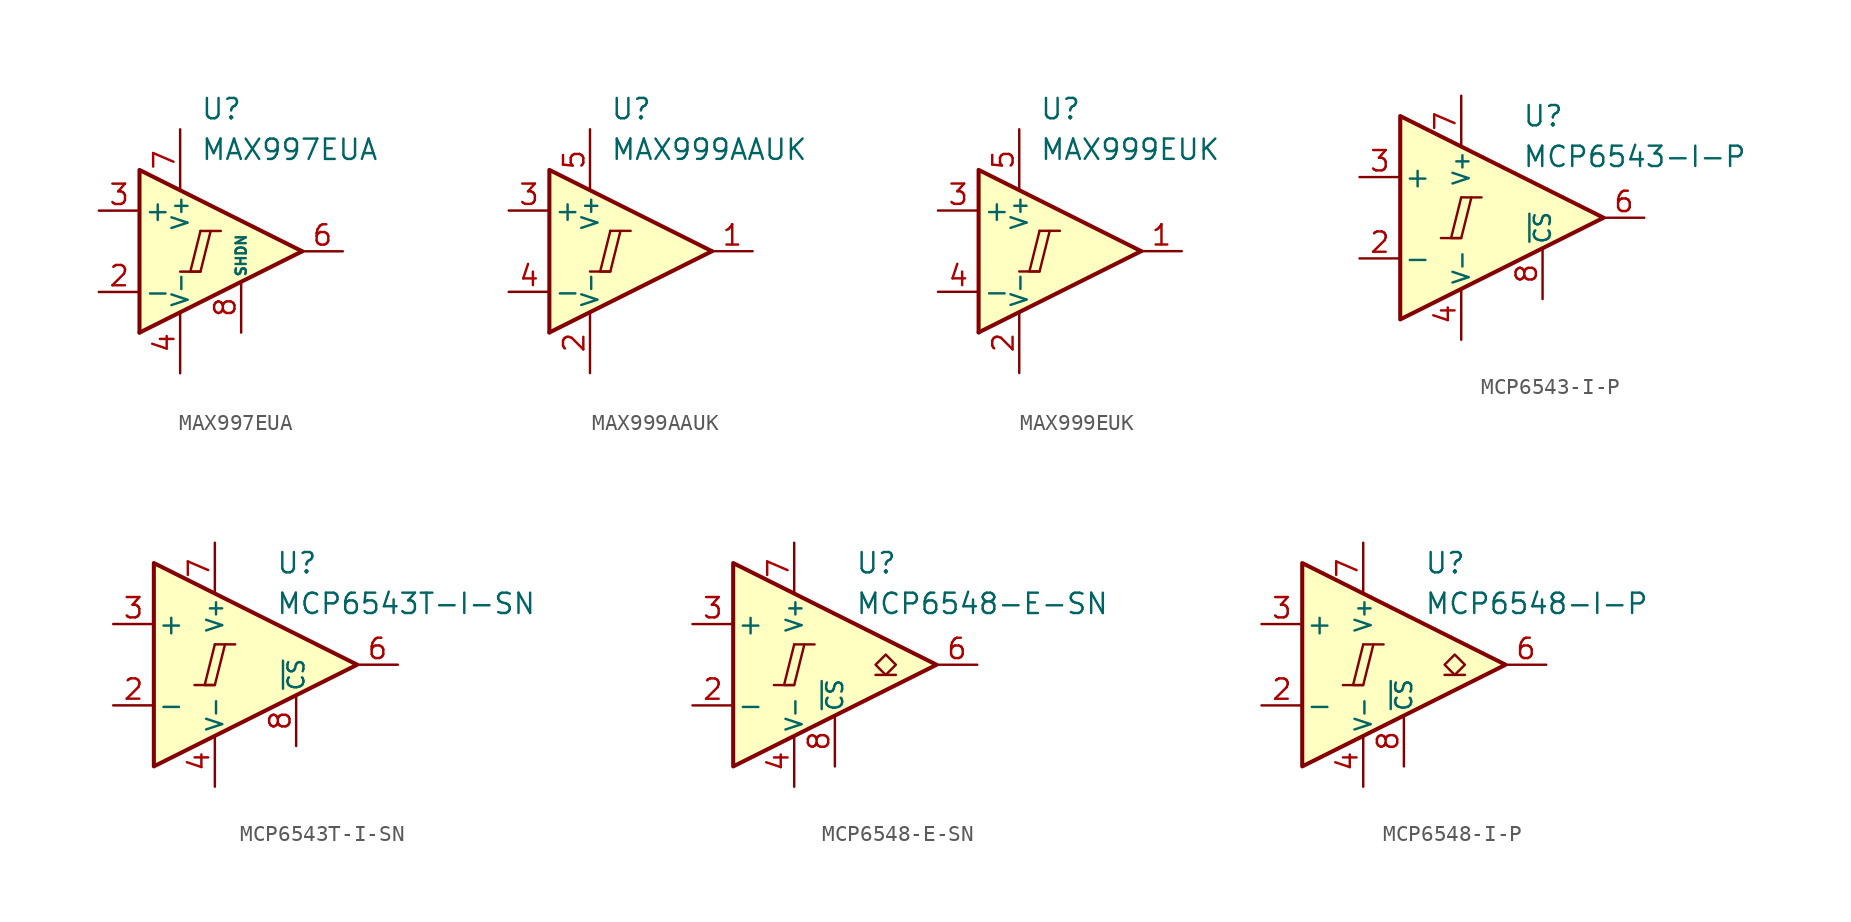
<source format=kicad_sym>
(kicad_symbol_lib
  (version 20231120)
  (generator "kicad_symbol_editor")
  (generator_version "8.0")
  (symbol "MAX997EUA"
    (pin_names
      (offset 0.254))
    (property "Reference" "U"
      (at 0 8.89 0)
      (effects (font (size 1.27 1.27)) (justify left)))
    (property "Value" "MAX997EUA"
      (at 0 6.35 0)
      (effects (font (size 1.27 1.27)) (justify left)))
    (symbol "MAX997EUA_0_0"
      (polyline (pts (xy -1.27 -1.27) (xy 0 -1.27)) (stroke (width 0.152) (type default)) (fill (type none)))
      (polyline (pts (xy 0 1.27) (xy 1.27 1.27)) (stroke (width 0.152) (type default)) (fill (type none)))
      (polyline (pts (xy 6.35 0) (xy -3.81 -5.08)) (stroke (width 0.254) (type default)) (fill (type none)))
      (polyline (pts (xy 6.35 0) (xy -3.81 5.08) (xy -3.81 -5.08)) (stroke (width 0.254) (type default)) (fill (type background)))
      (polyline (pts (xy 0 1.27) (xy -0.635 -1.27) (xy 0 -1.27) (xy 0.635 1.27)) (stroke (width 0.152) (type default)) (fill (type none))))
    (symbol "MAX997EUA_1_1"
      (pin free line (at -2.54 1.27 0) (length 2.54) hide (name "NC" (effects (font (size 1.27 1.27)))) (number "1" (effects (font (size 1.27 1.27)))))
      (pin input line (at -6.35 -2.54 0) (length 2.54) (name "-" (effects (font (size 1.27 1.27)))) (number "2" (effects (font (size 1.27 1.27)))))
      (pin input line (at -6.35 2.54 0) (length 2.54) (name "+" (effects (font (size 1.27 1.27)))) (number "3" (effects (font (size 1.27 1.27)))))
      (pin power_in line (at -1.27 -7.62 90) (length 3.81) (name "V-" (effects (font (size 1 1)))) (number "4" (effects (font (size 1.27 1.27)))))
      (pin free line (at -2.54 -1.27 0) (length 2.54) hide (name "NC" (effects (font (size 1.27 1.27)))) (number "5" (effects (font (size 1.27 1.27)))))
      (pin output line (at 8.89 0 180) (length 2.54) (name "~" (effects (font (size 1.27 1.27)))) (number "6" (effects (font (size 1.27 1.27)))))
      (pin power_in line (at -1.27 7.62 270) (length 3.81) (name "V+" (effects (font (size 1 1)))) (number "7" (effects (font (size 1.27 1.27)))))
      (pin input line (at 2.54 -5.08 90) (length 3.18) (name "SHDN" (effects (font (size 0.635 0.635)))) (number "8" (effects (font (size 1.27 1.27)))))))
  (symbol "MAX999AAUK"
    (pin_names
      (offset 0.254))
    (property "Reference" "U"
      (at 0 8.89 0)
      (effects (font (size 1.27 1.27)) (justify left)))
    (property "Value" "MAX999AAUK"
      (at 0 6.35 0)
      (effects (font (size 1.27 1.27)) (justify left)))
    (symbol "MAX999AAUK_0_0"
      (polyline (pts (xy -1.27 -1.27) (xy 0 -1.27)) (stroke (width 0.152) (type default)) (fill (type none)))
      (polyline (pts (xy 0 1.27) (xy 1.27 1.27)) (stroke (width 0.152) (type default)) (fill (type none)))
      (polyline (pts (xy 6.35 0) (xy -3.81 -5.08)) (stroke (width 0.254) (type default)) (fill (type none)))
      (polyline (pts (xy 6.35 0) (xy -3.81 5.08) (xy -3.81 -5.08)) (stroke (width 0.254) (type default)) (fill (type background)))
      (polyline (pts (xy 0 1.27) (xy -0.635 -1.27) (xy 0 -1.27) (xy 0.635 1.27)) (stroke (width 0.152) (type default)) (fill (type none))))
    (symbol "MAX999AAUK_1_1"
      (pin output line (at 8.89 0 180) (length 2.54) (name "~" (effects (font (size 1.27 1.27)))) (number "1" (effects (font (size 1.27 1.27)))))
      (pin power_in line (at -1.27 -7.62 90) (length 3.81) (name "V-" (effects (font (size 1 1)))) (number "2" (effects (font (size 1.27 1.27)))))
      (pin input line (at -6.35 2.54 0) (length 2.54) (name "+" (effects (font (size 1.27 1.27)))) (number "3" (effects (font (size 1.27 1.27)))))
      (pin input line (at -6.35 -2.54 0) (length 2.54) (name "-" (effects (font (size 1.27 1.27)))) (number "4" (effects (font (size 1.27 1.27)))))
      (pin power_in line (at -1.27 7.62 270) (length 3.81) (name "V+" (effects (font (size 1 1)))) (number "5" (effects (font (size 1.27 1.27)))))))
  (symbol "MAX999EUK"
    (pin_names
      (offset 0.254))
    (property "Reference" "U"
      (at 0 8.89 0)
      (effects (font (size 1.27 1.27)) (justify left)))
    (property "Value" "MAX999EUK"
      (at 0 6.35 0)
      (effects (font (size 1.27 1.27)) (justify left)))
    (symbol "MAX999EUK_0_0"
      (polyline (pts (xy -1.27 -1.27) (xy 0 -1.27)) (stroke (width 0.152) (type default)) (fill (type none)))
      (polyline (pts (xy 0 1.27) (xy 1.27 1.27)) (stroke (width 0.152) (type default)) (fill (type none)))
      (polyline (pts (xy 6.35 0) (xy -3.81 -5.08)) (stroke (width 0.254) (type default)) (fill (type none)))
      (polyline (pts (xy 6.35 0) (xy -3.81 5.08) (xy -3.81 -5.08)) (stroke (width 0.254) (type default)) (fill (type background)))
      (polyline (pts (xy 0 1.27) (xy -0.635 -1.27) (xy 0 -1.27) (xy 0.635 1.27)) (stroke (width 0.152) (type default)) (fill (type none))))
    (symbol "MAX999EUK_1_1"
      (pin output line (at 8.89 0 180) (length 2.54) (name "~" (effects (font (size 1.27 1.27)))) (number "1" (effects (font (size 1.27 1.27)))))
      (pin power_in line (at -1.27 -7.62 90) (length 3.81) (name "V-" (effects (font (size 1 1)))) (number "2" (effects (font (size 1.27 1.27)))))
      (pin input line (at -6.35 2.54 0) (length 2.54) (name "+" (effects (font (size 1.27 1.27)))) (number "3" (effects (font (size 1.27 1.27)))))
      (pin input line (at -6.35 -2.54 0) (length 2.54) (name "-" (effects (font (size 1.27 1.27)))) (number "4" (effects (font (size 1.27 1.27)))))
      (pin power_in line (at -1.27 7.62 270) (length 3.81) (name "V+" (effects (font (size 1 1)))) (number "5" (effects (font (size 1.27 1.27)))))))
  (symbol "MCP6543-I-P"
    (pin_names
      (offset 0.2))
    (property "Reference" "U"
      (at 1.27 6.35 0)
      (effects (font (size 1.27 1.27)) (justify left)))
    (property "Value" "MCP6543-I-P"
      (at 1.27 3.81 0)
      (effects (font (size 1.27 1.27)) (justify left)))
    (symbol "MCP6543-I-P_0_0"
      (polyline (pts (xy -3.81 -1.27) (xy -2.54 -1.27)) (stroke (width 0.152) (type default)) (fill (type none)))
      (polyline (pts (xy -2.54 1.27) (xy -1.27 1.27)) (stroke (width 0.152) (type default)) (fill (type none)))
      (polyline (pts (xy -2.54 1.27) (xy -3.175 -1.27) (xy -2.54 -1.27) (xy -1.905 1.27)) (stroke (width 0.152) (type default)) (fill (type none))))
    (symbol "MCP6543-I-P_0_1"
      (polyline (pts (xy -6.35 6.35) (xy -6.35 -6.35) (xy 6.35 0) (xy -6.35 6.35)) (stroke (width 0.254) (type default)) (fill (type background))))
    (symbol "MCP6543-I-P_1_1"
      (pin free line (at -3.81 2.54 270) (length 2.54) hide (name "NC" (effects (font (size 1.27 1.27)))) (number "1" (effects (font (size 1.27 1.27)))))
      (pin input line (at -8.89 -2.54 0) (length 2.54) (name "-" (effects (font (size 1.27 1.27)))) (number "2" (effects (font (size 1.27 1.27)))))
      (pin input line (at -8.89 2.54 0) (length 2.54) (name "+" (effects (font (size 1.27 1.27)))) (number "3" (effects (font (size 1.27 1.27)))))
      (pin power_in line (at -2.54 -7.62 90) (length 3.18) (name "V-" (effects (font (size 1 1)))) (number "4" (effects (font (size 1.27 1.27)))))
      (pin free line (at -3.81 -2.54 90) (length 2.54) hide (name "NC" (effects (font (size 1.27 1.27)))) (number "5" (effects (font (size 1.27 1.27)))))
      (pin output line (at 8.89 0 180) (length 2.54) (name "~" (effects (font (size 1.27 1.27)))) (number "6" (effects (font (size 1.27 1.27)))))
      (pin power_in line (at -2.54 7.62 270) (length 3.18) (name "V+" (effects (font (size 1 1)))) (number "7" (effects (font (size 1.27 1.27)))))
      (pin input line (at 2.54 -5.08 90) (length 3.18) (name "~{CS}" (effects (font (size 1 1)))) (number "8" (effects (font (size 1.27 1.27)))))))
  (symbol "MCP6543T-I-SN"
    (pin_names
      (offset 0.2))
    (property "Reference" "U"
      (at 1.27 6.35 0)
      (effects (font (size 1.27 1.27)) (justify left)))
    (property "Value" "MCP6543T-I-SN"
      (at 1.27 3.81 0)
      (effects (font (size 1.27 1.27)) (justify left)))
    (symbol "MCP6543T-I-SN_0_0"
      (polyline (pts (xy -3.81 -1.27) (xy -2.54 -1.27)) (stroke (width 0.152) (type default)) (fill (type none)))
      (polyline (pts (xy -2.54 1.27) (xy -1.27 1.27)) (stroke (width 0.152) (type default)) (fill (type none)))
      (polyline (pts (xy -2.54 1.27) (xy -3.175 -1.27) (xy -2.54 -1.27) (xy -1.905 1.27)) (stroke (width 0.152) (type default)) (fill (type none))))
    (symbol "MCP6543T-I-SN_0_1"
      (polyline (pts (xy -6.35 6.35) (xy -6.35 -6.35) (xy 6.35 0) (xy -6.35 6.35)) (stroke (width 0.254) (type default)) (fill (type background))))
    (symbol "MCP6543T-I-SN_1_1"
      (pin free line (at -3.81 2.54 270) (length 2.54) hide (name "NC" (effects (font (size 1.27 1.27)))) (number "1" (effects (font (size 1.27 1.27)))))
      (pin input line (at -8.89 -2.54 0) (length 2.54) (name "-" (effects (font (size 1.27 1.27)))) (number "2" (effects (font (size 1.27 1.27)))))
      (pin input line (at -8.89 2.54 0) (length 2.54) (name "+" (effects (font (size 1.27 1.27)))) (number "3" (effects (font (size 1.27 1.27)))))
      (pin power_in line (at -2.54 -7.62 90) (length 3.18) (name "V-" (effects (font (size 1 1)))) (number "4" (effects (font (size 1.27 1.27)))))
      (pin free line (at -3.81 -2.54 90) (length 2.54) hide (name "NC" (effects (font (size 1.27 1.27)))) (number "5" (effects (font (size 1.27 1.27)))))
      (pin output line (at 8.89 0 180) (length 2.54) (name "~" (effects (font (size 1.27 1.27)))) (number "6" (effects (font (size 1.27 1.27)))))
      (pin power_in line (at -2.54 7.62 270) (length 3.18) (name "V+" (effects (font (size 1 1)))) (number "7" (effects (font (size 1.27 1.27)))))
      (pin input line (at 2.54 -5.08 90) (length 3.18) (name "~{CS}" (effects (font (size 1 1)))) (number "8" (effects (font (size 1.27 1.27)))))))
  (symbol "MCP6548-E-SN"
    (pin_names
      (offset 0.2))
    (property "Reference" "U"
      (at 1.27 6.35 0)
      (effects (font (size 1.27 1.27)) (justify left)))
    (property "Value" "MCP6548-E-SN"
      (at 1.27 3.81 0)
      (effects (font (size 1.27 1.27)) (justify left)))
    (symbol "MCP6548-E-SN_0_0"
      (polyline (pts (xy -3.81 -1.27) (xy -2.54 -1.27)) (stroke (width 0.152) (type default)) (fill (type none)))
      (polyline (pts (xy -2.54 1.27) (xy -1.27 1.27)) (stroke (width 0.152) (type default)) (fill (type none)))
      (polyline (pts (xy -2.54 1.27) (xy -3.175 -1.27) (xy -2.54 -1.27) (xy -1.905 1.27)) (stroke (width 0.152) (type default)) (fill (type none))))
    (symbol "MCP6548-E-SN_0_1"
      (polyline (pts (xy -6.35 6.35) (xy -6.35 -6.35) (xy 6.35 0) (xy -6.35 6.35)) (stroke (width 0.254) (type default)) (fill (type background))))
    (symbol "MCP6548-E-SN_1_1"
      (polyline (pts (xy 3.81 -0.635) (xy 2.54 -0.635)) (stroke (width 0.152) (type default)) (fill (type none)))
      (polyline (pts (xy 3.175 -0.635) (xy 2.54 0) (xy 3.175 0.635) (xy 3.81 0) (xy 3.175 -0.635)) (stroke (width 0.152) (type default)) (fill (type none)))
      (pin free line (at -3.81 2.54 270) (length 2.54) hide (name "NC" (effects (font (size 1.27 1.27)))) (number "1" (effects (font (size 1.27 1.27)))))
      (pin input line (at -8.89 -2.54 0) (length 2.54) (name "-" (effects (font (size 1.27 1.27)))) (number "2" (effects (font (size 1.27 1.27)))))
      (pin input line (at -8.89 2.54 0) (length 2.54) (name "+" (effects (font (size 1.27 1.27)))) (number "3" (effects (font (size 1.27 1.27)))))
      (pin power_in line (at -2.54 -7.62 90) (length 3.18) (name "V-" (effects (font (size 1 1)))) (number "4" (effects (font (size 1.27 1.27)))))
      (pin free line (at -3.81 -2.54 90) (length 2.54) hide (name "NC" (effects (font (size 1.27 1.27)))) (number "5" (effects (font (size 1.27 1.27)))))
      (pin open_collector line (at 8.89 0 180) (length 2.54) (name "~" (effects (font (size 1.27 1.27)))) (number "6" (effects (font (size 1.27 1.27)))))
      (pin power_in line (at -2.54 7.62 270) (length 3.18) (name "V+" (effects (font (size 1 1)))) (number "7" (effects (font (size 1.27 1.27)))))
      (pin input line (at 0 -6.35 90) (length 3.18) (name "~{CS}" (effects (font (size 1 1)))) (number "8" (effects (font (size 1.27 1.27)))))))
  (symbol "MCP6548-I-P"
    (pin_names
      (offset 0.2))
    (property "Reference" "U"
      (at 1.27 6.35 0)
      (effects (font (size 1.27 1.27)) (justify left)))
    (property "Value" "MCP6548-I-P"
      (at 1.27 3.81 0)
      (effects (font (size 1.27 1.27)) (justify left)))
    (symbol "MCP6548-I-P_0_0"
      (polyline (pts (xy -3.81 -1.27) (xy -2.54 -1.27)) (stroke (width 0.152) (type default)) (fill (type none)))
      (polyline (pts (xy -2.54 1.27) (xy -1.27 1.27)) (stroke (width 0.152) (type default)) (fill (type none)))
      (polyline (pts (xy -2.54 1.27) (xy -3.175 -1.27) (xy -2.54 -1.27) (xy -1.905 1.27)) (stroke (width 0.152) (type default)) (fill (type none))))
    (symbol "MCP6548-I-P_0_1"
      (polyline (pts (xy -6.35 6.35) (xy -6.35 -6.35) (xy 6.35 0) (xy -6.35 6.35)) (stroke (width 0.254) (type default)) (fill (type background))))
    (symbol "MCP6548-I-P_1_1"
      (polyline (pts (xy 3.81 -0.635) (xy 2.54 -0.635)) (stroke (width 0.152) (type default)) (fill (type none)))
      (polyline (pts (xy 3.175 -0.635) (xy 2.54 0) (xy 3.175 0.635) (xy 3.81 0) (xy 3.175 -0.635)) (stroke (width 0.152) (type default)) (fill (type none)))
      (pin free line (at -3.81 2.54 270) (length 2.54) hide (name "NC" (effects (font (size 1.27 1.27)))) (number "1" (effects (font (size 1.27 1.27)))))
      (pin input line (at -8.89 -2.54 0) (length 2.54) (name "-" (effects (font (size 1.27 1.27)))) (number "2" (effects (font (size 1.27 1.27)))))
      (pin input line (at -8.89 2.54 0) (length 2.54) (name "+" (effects (font (size 1.27 1.27)))) (number "3" (effects (font (size 1.27 1.27)))))
      (pin power_in line (at -2.54 -7.62 90) (length 3.18) (name "V-" (effects (font (size 1 1)))) (number "4" (effects (font (size 1.27 1.27)))))
      (pin free line (at -3.81 -2.54 90) (length 2.54) hide (name "NC" (effects (font (size 1.27 1.27)))) (number "5" (effects (font (size 1.27 1.27)))))
      (pin open_collector line (at 8.89 0 180) (length 2.54) (name "~" (effects (font (size 1.27 1.27)))) (number "6" (effects (font (size 1.27 1.27)))))
      (pin power_in line (at -2.54 7.62 270) (length 3.18) (name "V+" (effects (font (size 1 1)))) (number "7" (effects (font (size 1.27 1.27)))))
      (pin input line (at 0 -6.35 90) (length 3.18) (name "~{CS}" (effects (font (size 1 1)))) (number "8" (effects (font (size 1.27 1.27))))))))
</source>
